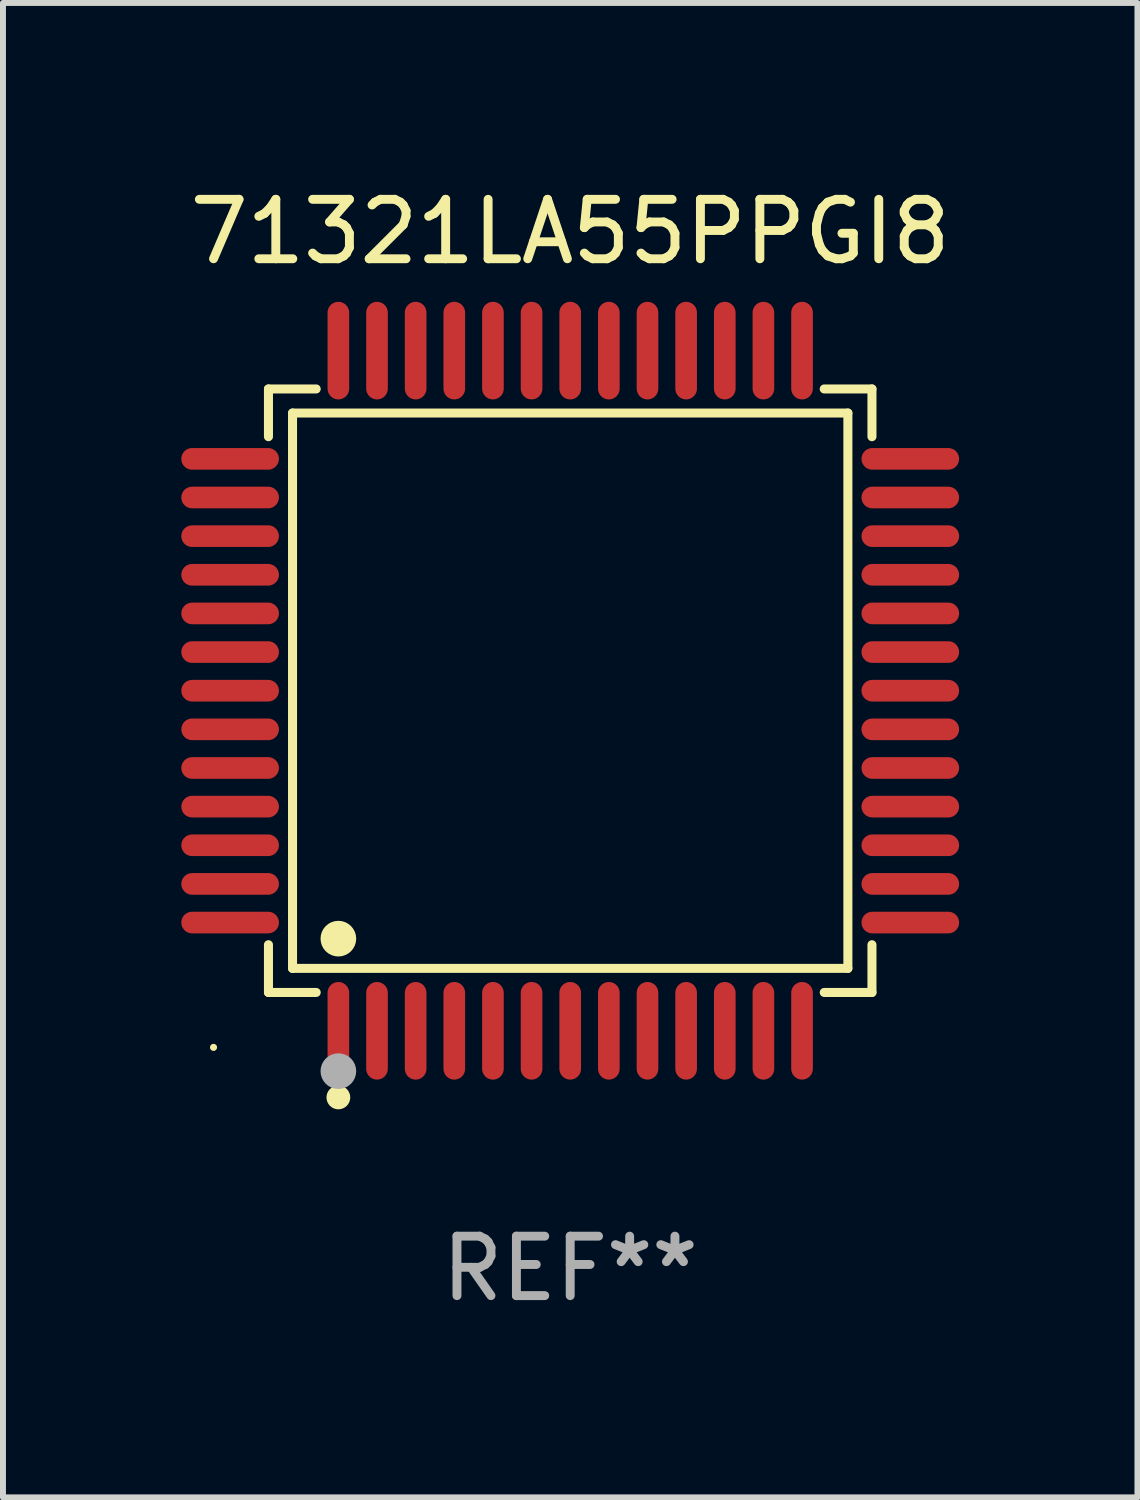
<source format=kicad_pcb>
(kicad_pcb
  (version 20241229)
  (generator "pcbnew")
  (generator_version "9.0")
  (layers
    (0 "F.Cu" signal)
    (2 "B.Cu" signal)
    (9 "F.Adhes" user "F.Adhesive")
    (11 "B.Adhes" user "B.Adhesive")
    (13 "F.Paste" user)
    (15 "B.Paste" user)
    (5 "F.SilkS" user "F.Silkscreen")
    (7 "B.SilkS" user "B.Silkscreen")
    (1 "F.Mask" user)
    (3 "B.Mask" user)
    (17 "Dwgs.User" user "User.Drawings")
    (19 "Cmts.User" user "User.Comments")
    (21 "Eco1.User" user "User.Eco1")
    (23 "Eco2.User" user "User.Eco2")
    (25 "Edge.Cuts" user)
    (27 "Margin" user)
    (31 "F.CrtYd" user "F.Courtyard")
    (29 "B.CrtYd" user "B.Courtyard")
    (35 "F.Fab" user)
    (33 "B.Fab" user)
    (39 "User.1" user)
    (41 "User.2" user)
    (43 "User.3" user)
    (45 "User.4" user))
  (footprint "71321LA55PPGI8"
    (layer "F.Cu")
    (at 6.542 8.569)
    (property "Reference" "71321LA55PPGI8" (at 0 -7.721 0) (layer "F.SilkS") (effects (font (size 1 1) (thickness 0.15))))
    (attr through_hole)
    (fp_line (start -5.076 -5.076) (end -4.273 -5.076) (stroke (width 0.152) (type solid)) (layer "F.SilkS"))
    (fp_line (start -5.076 -4.273) (end -5.076 -5.076) (stroke (width 0.152) (type solid)) (layer "F.SilkS"))
    (fp_line (start -5.076 4.273) (end -5.076 5.076) (stroke (width 0.152) (type solid)) (layer "F.SilkS"))
    (fp_line (start -5.076 5.076) (end -4.273 5.076) (stroke (width 0.152) (type solid)) (layer "F.SilkS"))
    (fp_line (start -4.671 -4.671) (end 4.671 -4.671) (stroke (width 0.152) (type solid)) (layer "F.SilkS"))
    (fp_line (start -4.671 4.671) (end -4.671 -4.671) (stroke (width 0.152) (type solid)) (layer "F.SilkS"))
    (fp_line (start 4.671 -4.671) (end 4.671 4.671) (stroke (width 0.152) (type solid)) (layer "F.SilkS"))
    (fp_line (start 4.671 4.671) (end -4.671 4.671) (stroke (width 0.152) (type solid)) (layer "F.SilkS"))
    (fp_line (start 5.076 -5.076) (end 4.273 -5.076) (stroke (width 0.152) (type solid)) (layer "F.SilkS"))
    (fp_line (start 5.076 -4.273) (end 5.076 -5.076) (stroke (width 0.152) (type solid)) (layer "F.SilkS"))
    (fp_line (start 5.076 4.273) (end 5.076 5.076) (stroke (width 0.152) (type solid)) (layer "F.SilkS"))
    (fp_line (start 5.076 5.076) (end 4.273 5.076) (stroke (width 0.152) (type solid)) (layer "F.SilkS"))
    (fp_circle (center -6 6) (end -5.97 6) (stroke (width 0.06) (type solid)) (fill no) (layer "F.SilkS"))
    (fp_circle (center -3.9 4.171) (end -3.75 4.171) (stroke (width 0.3) (type solid)) (fill no) (layer "F.SilkS"))
    (fp_circle (center -3.9 6.842) (end -3.8 6.842) (stroke (width 0.2) (type solid)) (fill no) (layer "F.SilkS"))
    (fp_circle (center -3.9 6.4) (end -3.75 6.4) (stroke (width 0.3) (type solid)) (fill no) (layer "F.Fab"))
    (fp_text user "REF**" (at 0 9.721 0) (layer "F.Fab") (effects (font (size 1 1) (thickness 0.15))))
    (pad "1" smd oval (at -3.9 5.721) (size 0.364 1.642) (layers "F.Cu" "F.Mask" "F.Paste"))
    (pad "2" smd oval (at -3.25 5.721) (size 0.364 1.642) (layers "F.Cu" "F.Mask" "F.Paste"))
    (pad "3" smd oval (at -2.6 5.721) (size 0.364 1.642) (layers "F.Cu" "F.Mask" "F.Paste"))
    (pad "4" smd oval (at -1.95 5.721) (size 0.364 1.642) (layers "F.Cu" "F.Mask" "F.Paste"))
    (pad "5" smd oval (at -1.3 5.721) (size 0.364 1.642) (layers "F.Cu" "F.Mask" "F.Paste"))
    (pad "6" smd oval (at -0.65 5.721) (size 0.364 1.642) (layers "F.Cu" "F.Mask" "F.Paste"))
    (pad "7" smd oval (at 0 5.721) (size 0.364 1.642) (layers "F.Cu" "F.Mask" "F.Paste"))
    (pad "8" smd oval (at 0.65 5.721) (size 0.364 1.642) (layers "F.Cu" "F.Mask" "F.Paste"))
    (pad "9" smd oval (at 1.3 5.721) (size 0.364 1.642) (layers "F.Cu" "F.Mask" "F.Paste"))
    (pad "10" smd oval (at 1.95 5.721) (size 0.364 1.642) (layers "F.Cu" "F.Mask" "F.Paste"))
    (pad "11" smd oval (at 2.6 5.721) (size 0.364 1.642) (layers "F.Cu" "F.Mask" "F.Paste"))
    (pad "12" smd oval (at 3.25 5.721) (size 0.364 1.642) (layers "F.Cu" "F.Mask" "F.Paste"))
    (pad "13" smd oval (at 3.9 5.721) (size 0.364 1.642) (layers "F.Cu" "F.Mask" "F.Paste"))
    (pad "14" smd oval (at 5.721 3.9) (size 1.642 0.364) (layers "F.Cu" "F.Mask" "F.Paste"))
    (pad "15" smd oval (at 5.721 3.25) (size 1.642 0.364) (layers "F.Cu" "F.Mask" "F.Paste"))
    (pad "16" smd oval (at 5.721 2.6) (size 1.642 0.364) (layers "F.Cu" "F.Mask" "F.Paste"))
    (pad "17" smd oval (at 5.721 1.95) (size 1.642 0.364) (layers "F.Cu" "F.Mask" "F.Paste"))
    (pad "18" smd oval (at 5.721 1.3) (size 1.642 0.364) (layers "F.Cu" "F.Mask" "F.Paste"))
    (pad "19" smd oval (at 5.721 0.65) (size 1.642 0.364) (layers "F.Cu" "F.Mask" "F.Paste"))
    (pad "20" smd oval (at 5.721 0) (size 1.642 0.364) (layers "F.Cu" "F.Mask" "F.Paste"))
    (pad "21" smd oval (at 5.721 -0.65) (size 1.642 0.364) (layers "F.Cu" "F.Mask" "F.Paste"))
    (pad "22" smd oval (at 5.721 -1.3) (size 1.642 0.364) (layers "F.Cu" "F.Mask" "F.Paste"))
    (pad "23" smd oval (at 5.721 -1.95) (size 1.642 0.364) (layers "F.Cu" "F.Mask" "F.Paste"))
    (pad "24" smd oval (at 5.721 -2.6) (size 1.642 0.364) (layers "F.Cu" "F.Mask" "F.Paste"))
    (pad "25" smd oval (at 5.721 -3.25) (size 1.642 0.364) (layers "F.Cu" "F.Mask" "F.Paste"))
    (pad "26" smd oval (at 5.721 -3.9) (size 1.642 0.364) (layers "F.Cu" "F.Mask" "F.Paste"))
    (pad "27" smd oval (at 3.9 -5.721) (size 0.364 1.642) (layers "F.Cu" "F.Mask" "F.Paste"))
    (pad "28" smd oval (at 3.25 -5.721) (size 0.364 1.642) (layers "F.Cu" "F.Mask" "F.Paste"))
    (pad "29" smd oval (at 2.6 -5.721) (size 0.364 1.642) (layers "F.Cu" "F.Mask" "F.Paste"))
    (pad "30" smd oval (at 1.95 -5.721) (size 0.364 1.642) (layers "F.Cu" "F.Mask" "F.Paste"))
    (pad "31" smd oval (at 1.3 -5.721) (size 0.364 1.642) (layers "F.Cu" "F.Mask" "F.Paste"))
    (pad "32" smd oval (at 0.65 -5.721) (size 0.364 1.642) (layers "F.Cu" "F.Mask" "F.Paste"))
    (pad "33" smd oval (at 0 -5.721) (size 0.364 1.642) (layers "F.Cu" "F.Mask" "F.Paste"))
    (pad "34" smd oval (at -0.65 -5.721) (size 0.364 1.642) (layers "F.Cu" "F.Mask" "F.Paste"))
    (pad "35" smd oval (at -1.3 -5.721) (size 0.364 1.642) (layers "F.Cu" "F.Mask" "F.Paste"))
    (pad "36" smd oval (at -1.95 -5.721) (size 0.364 1.642) (layers "F.Cu" "F.Mask" "F.Paste"))
    (pad "37" smd oval (at -2.6 -5.721) (size 0.364 1.642) (layers "F.Cu" "F.Mask" "F.Paste"))
    (pad "38" smd oval (at -3.25 -5.721) (size 0.364 1.642) (layers "F.Cu" "F.Mask" "F.Paste"))
    (pad "39" smd oval (at -3.9 -5.721) (size 0.364 1.642) (layers "F.Cu" "F.Mask" "F.Paste"))
    (pad "40" smd oval (at -5.721 -3.9) (size 1.642 0.364) (layers "F.Cu" "F.Mask" "F.Paste"))
    (pad "41" smd oval (at -5.721 -3.25) (size 1.642 0.364) (layers "F.Cu" "F.Mask" "F.Paste"))
    (pad "42" smd oval (at -5.721 -2.6) (size 1.642 0.364) (layers "F.Cu" "F.Mask" "F.Paste"))
    (pad "43" smd oval (at -5.721 -1.95) (size 1.642 0.364) (layers "F.Cu" "F.Mask" "F.Paste"))
    (pad "44" smd oval (at -5.721 -1.3) (size 1.642 0.364) (layers "F.Cu" "F.Mask" "F.Paste"))
    (pad "45" smd oval (at -5.721 -0.65) (size 1.642 0.364) (layers "F.Cu" "F.Mask" "F.Paste"))
    (pad "46" smd oval (at -5.721 0) (size 1.642 0.364) (layers "F.Cu" "F.Mask" "F.Paste"))
    (pad "47" smd oval (at -5.721 0.65) (size 1.642 0.364) (layers "F.Cu" "F.Mask" "F.Paste"))
    (pad "48" smd oval (at -5.721 1.3) (size 1.642 0.364) (layers "F.Cu" "F.Mask" "F.Paste"))
    (pad "49" smd oval (at -5.721 1.95) (size 1.642 0.364) (layers "F.Cu" "F.Mask" "F.Paste"))
    (pad "50" smd oval (at -5.721 2.6) (size 1.642 0.364) (layers "F.Cu" "F.Mask" "F.Paste"))
    (pad "51" smd oval (at -5.721 3.25) (size 1.642 0.364) (layers "F.Cu" "F.Mask" "F.Paste"))
    (pad "52" smd oval (at -5.721 3.9) (size 1.642 0.364) (layers "F.Cu" "F.Mask" "F.Paste")))
  (gr_rect
    (start -3 -3)
    (end 16.084 22.139)
    (stroke (width 0.1) (type default))
    (fill no)
    (layer "Edge.Cuts")))
</source>
